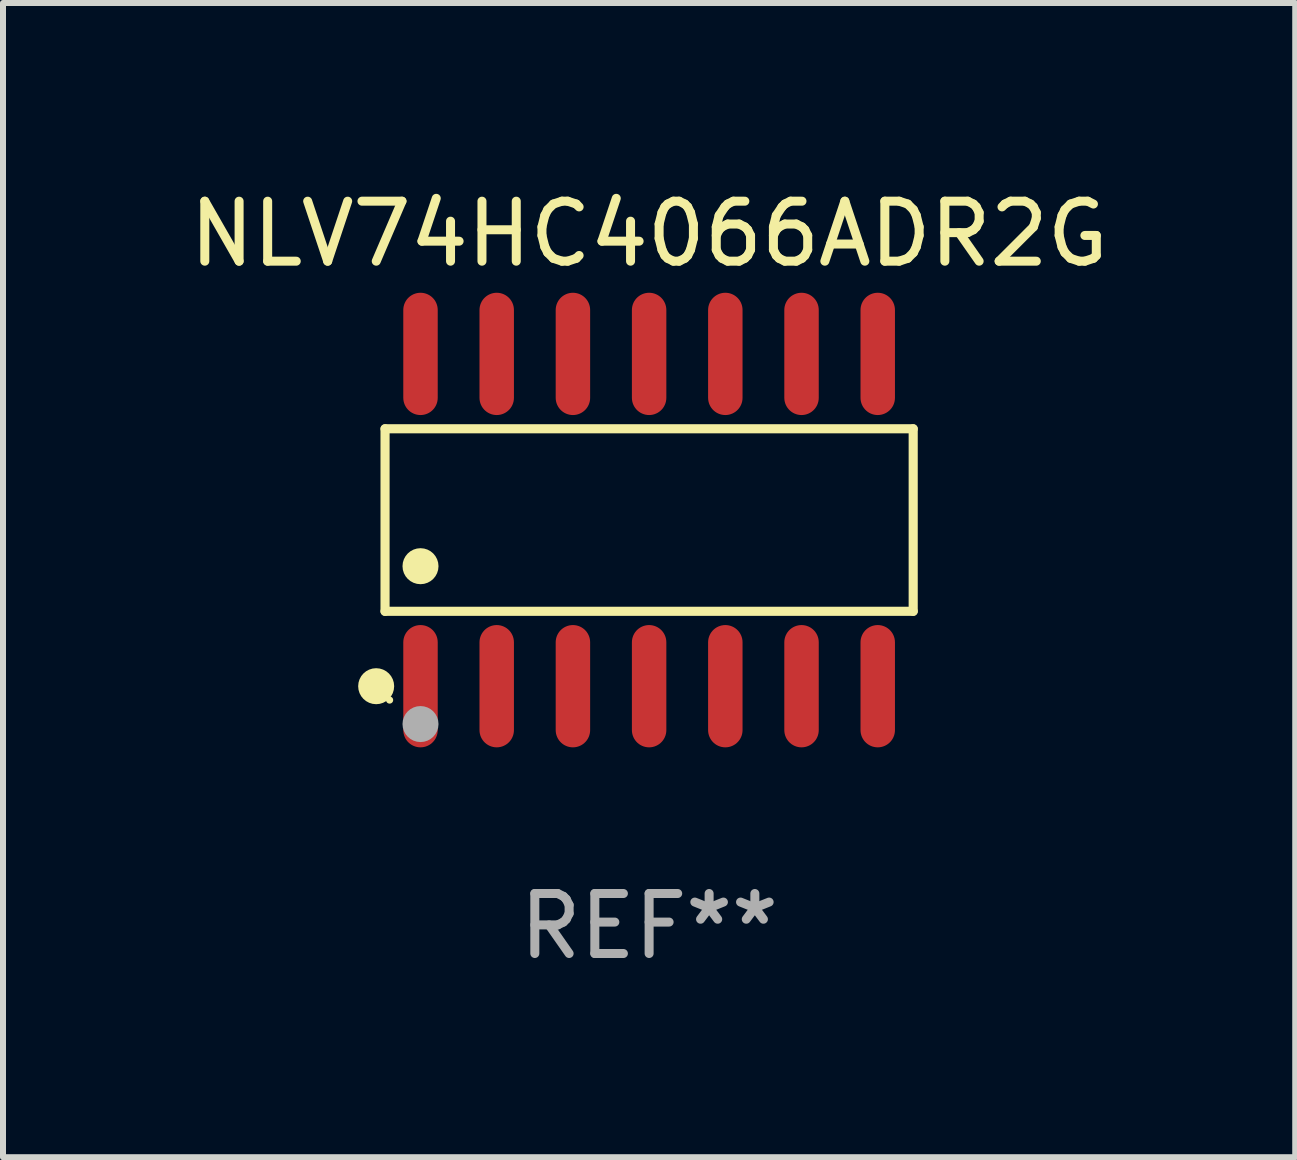
<source format=kicad_pcb>
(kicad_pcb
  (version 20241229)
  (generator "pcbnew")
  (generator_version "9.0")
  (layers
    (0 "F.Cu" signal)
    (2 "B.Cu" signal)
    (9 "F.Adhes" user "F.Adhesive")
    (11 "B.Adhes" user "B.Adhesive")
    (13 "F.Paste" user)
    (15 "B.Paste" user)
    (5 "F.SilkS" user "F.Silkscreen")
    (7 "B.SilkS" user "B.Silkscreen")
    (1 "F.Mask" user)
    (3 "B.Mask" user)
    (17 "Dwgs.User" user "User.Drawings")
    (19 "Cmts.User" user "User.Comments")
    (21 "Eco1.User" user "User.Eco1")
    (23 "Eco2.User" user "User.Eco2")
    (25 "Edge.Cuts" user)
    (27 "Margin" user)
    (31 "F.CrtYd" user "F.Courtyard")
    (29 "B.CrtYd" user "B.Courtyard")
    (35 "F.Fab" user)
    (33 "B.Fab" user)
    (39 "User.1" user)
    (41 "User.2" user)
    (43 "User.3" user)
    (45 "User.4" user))
  (footprint "NLV74HC4066ADR2G"
    (layer "F.Cu")
    (at 7.768 5.617)
    (property "Reference" "NLV74HC4066ADR2G" (at 0 -4.769 0) (layer "F.SilkS") (effects (font (size 1 1) (thickness 0.15))))
    (attr through_hole)
    (fp_line (start -4.401 -1.521) (end 4.401 -1.521) (stroke (width 0.152) (type solid)) (layer "F.SilkS"))
    (fp_line (start -4.401 1.521) (end -4.401 -1.521) (stroke (width 0.152) (type solid)) (layer "F.SilkS"))
    (fp_line (start 4.401 -1.521) (end 4.401 1.521) (stroke (width 0.152) (type solid)) (layer "F.SilkS"))
    (fp_line (start 4.401 1.521) (end -4.401 1.521) (stroke (width 0.152) (type solid)) (layer "F.SilkS"))
    (fp_circle (center -4.549 2.769) (end -4.399 2.769) (stroke (width 0.3) (type solid)) (fill no) (layer "F.SilkS"))
    (fp_circle (center -4.325 3) (end -4.295 3) (stroke (width 0.06) (type solid)) (fill no) (layer "F.SilkS"))
    (fp_circle (center -3.81 0.769) (end -3.66 0.769) (stroke (width 0.3) (type solid)) (fill no) (layer "F.SilkS"))
    (fp_circle (center -3.81 3.4) (end -3.66 3.4) (stroke (width 0.3) (type solid)) (fill no) (layer "F.Fab"))
    (fp_text user "REF**" (at 0 6.769 0) (layer "F.Fab") (effects (font (size 1 1) (thickness 0.15))))
    (pad "1" smd oval (at -3.81 2.769) (size 0.574 2.038) (layers "F.Cu" "F.Mask" "F.Paste"))
    (pad "2" smd oval (at -2.54 2.769) (size 0.574 2.038) (layers "F.Cu" "F.Mask" "F.Paste"))
    (pad "3" smd oval (at -1.27 2.769) (size 0.574 2.038) (layers "F.Cu" "F.Mask" "F.Paste"))
    (pad "4" smd oval (at 0 2.769) (size 0.574 2.038) (layers "F.Cu" "F.Mask" "F.Paste"))
    (pad "5" smd oval (at 1.27 2.769) (size 0.574 2.038) (layers "F.Cu" "F.Mask" "F.Paste"))
    (pad "6" smd oval (at 2.54 2.769) (size 0.574 2.038) (layers "F.Cu" "F.Mask" "F.Paste"))
    (pad "7" smd oval (at 3.81 2.769) (size 0.574 2.038) (layers "F.Cu" "F.Mask" "F.Paste"))
    (pad "8" smd oval (at 3.81 -2.769) (size 0.574 2.038) (layers "F.Cu" "F.Mask" "F.Paste"))
    (pad "9" smd oval (at 2.54 -2.769) (size 0.574 2.038) (layers "F.Cu" "F.Mask" "F.Paste"))
    (pad "10" smd oval (at 1.27 -2.769) (size 0.574 2.038) (layers "F.Cu" "F.Mask" "F.Paste"))
    (pad "11" smd oval (at 0 -2.769) (size 0.574 2.038) (layers "F.Cu" "F.Mask" "F.Paste"))
    (pad "12" smd oval (at -1.27 -2.769) (size 0.574 2.038) (layers "F.Cu" "F.Mask" "F.Paste"))
    (pad "13" smd oval (at -2.54 -2.769) (size 0.574 2.038) (layers "F.Cu" "F.Mask" "F.Paste"))
    (pad "14" smd oval (at -3.81 -2.769) (size 0.574 2.038) (layers "F.Cu" "F.Mask" "F.Paste")))
  (gr_rect
    (start -3 -3)
    (end 18.536 16.235)
    (stroke (width 0.1) (type default))
    (fill no)
    (layer "Edge.Cuts")))
</source>
